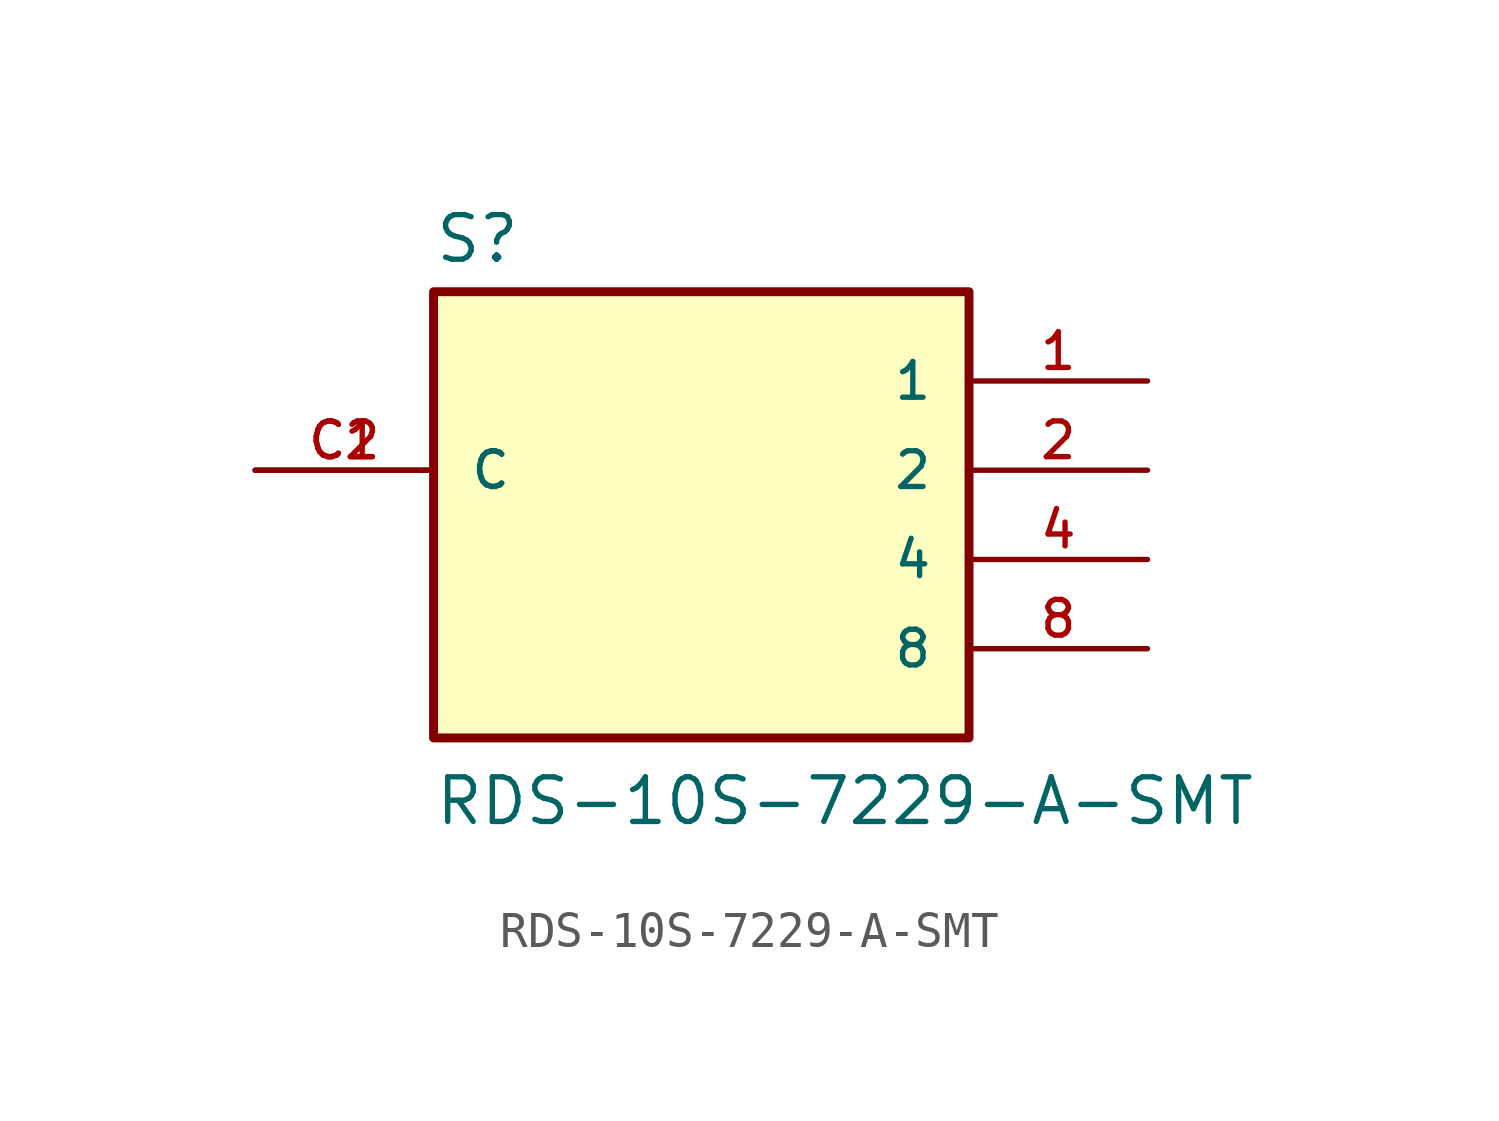
<source format=kicad_sym>
(kicad_symbol_lib
  (version 20211014)
  (generator kicad_symbol_editor)
  (symbol "RDS-10S-7229-A-SMT"
    (pin_names
      (offset 1.016))
    (property "Reference" "S"
      (at -7.62 8.382 0)
      (effects (font (size 1.27 1.27)) (justify bottom left)))
    (property "Value" "RDS-10S-7229-A-SMT"
      (at -7.62 -7.62 0)
      (effects (font (size 1.27 1.27)) (justify bottom left)))
    (symbol "RDS-10S-7229-A-SMT_0_0"
      (rectangle (start -7.62 -5.08) (end 7.62 7.62) (stroke (width 0.254)) (fill (type background)))
      (pin passive line (at 12.7 5.08 180.0) (length 5.08) (name "1" (effects (font (size 1.016 1.016)))) (number "1" (effects (font (size 1.016 1.016)))))
      (pin passive line (at 12.7 2.54 180.0) (length 5.08) (name "2" (effects (font (size 1.016 1.016)))) (number "2" (effects (font (size 1.016 1.016)))))
      (pin passive line (at 12.7 0.0 180.0) (length 5.08) (name "4" (effects (font (size 1.016 1.016)))) (number "4" (effects (font (size 1.016 1.016)))))
      (pin passive line (at 12.7 -2.54 180.0) (length 5.08) (name "8" (effects (font (size 1.016 1.016)))) (number "8" (effects (font (size 1.016 1.016)))))
      (pin passive line (at -12.7 2.54 0) (length 5.08) (name "C" (effects (font (size 1.016 1.016)))) (number "C1" (effects (font (size 1.016 1.016)))))
      (pin passive line (at -12.7 2.54 0) (length 5.08) (name "C" (effects (font (size 1.016 1.016)))) (number "C2" (effects (font (size 1.016 1.016))))))))
</source>
